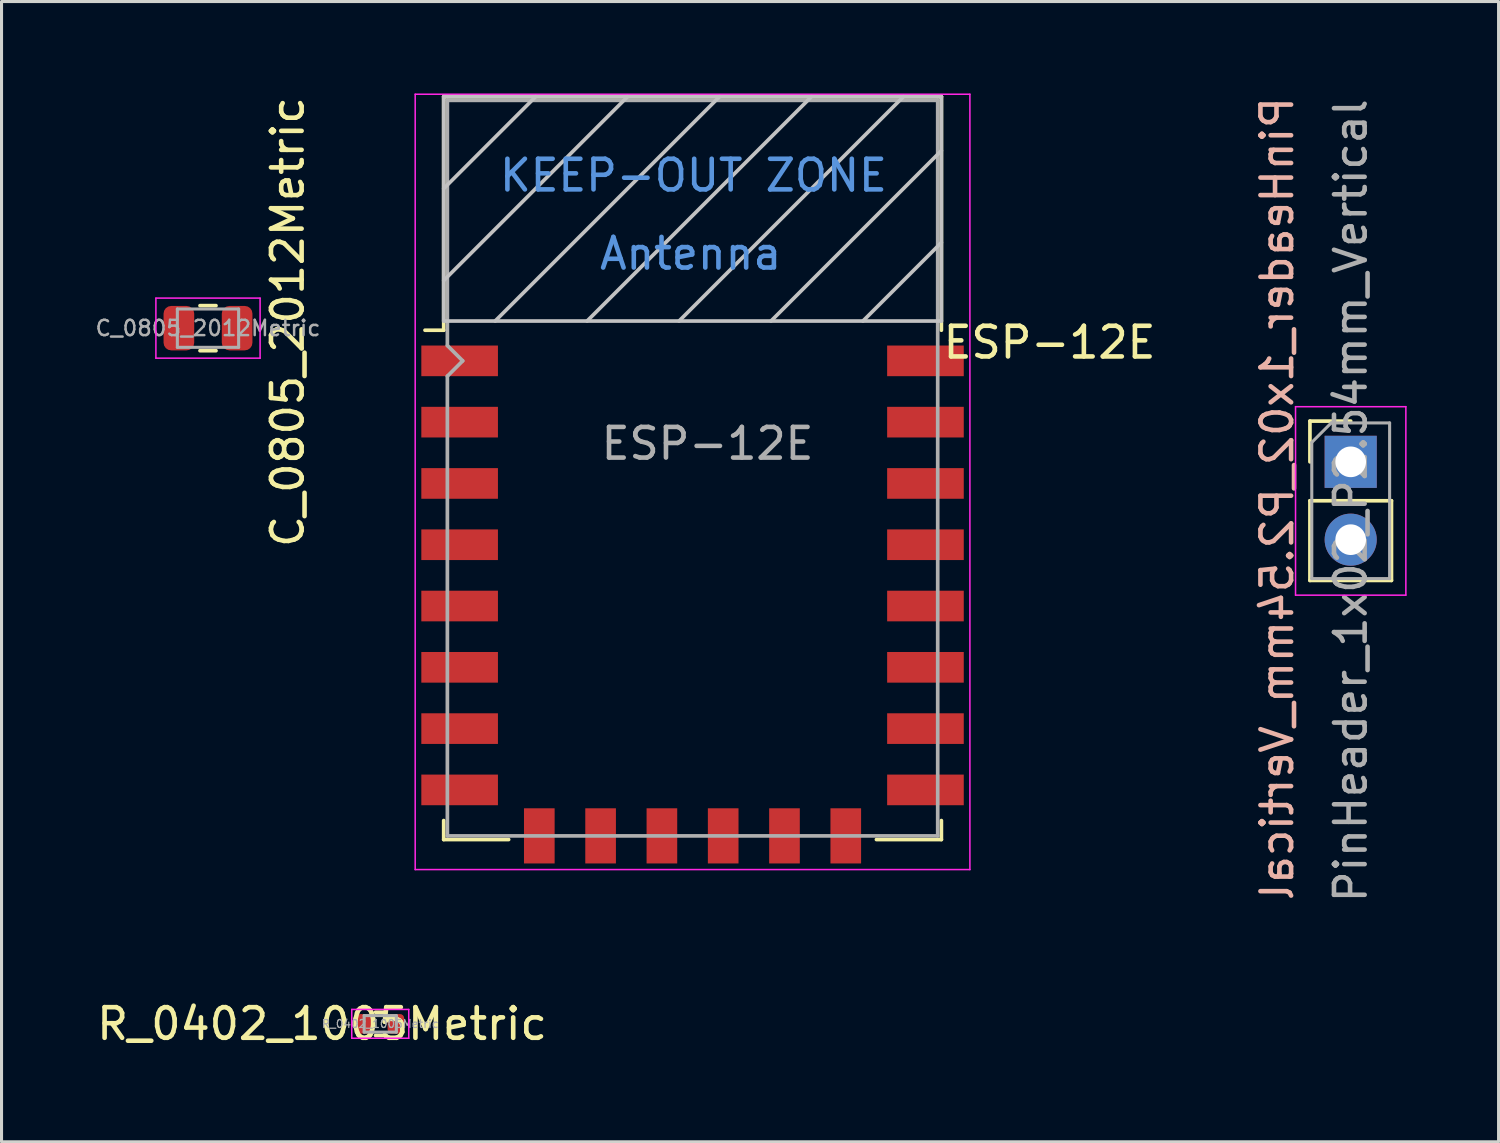
<source format=kicad_pcb>
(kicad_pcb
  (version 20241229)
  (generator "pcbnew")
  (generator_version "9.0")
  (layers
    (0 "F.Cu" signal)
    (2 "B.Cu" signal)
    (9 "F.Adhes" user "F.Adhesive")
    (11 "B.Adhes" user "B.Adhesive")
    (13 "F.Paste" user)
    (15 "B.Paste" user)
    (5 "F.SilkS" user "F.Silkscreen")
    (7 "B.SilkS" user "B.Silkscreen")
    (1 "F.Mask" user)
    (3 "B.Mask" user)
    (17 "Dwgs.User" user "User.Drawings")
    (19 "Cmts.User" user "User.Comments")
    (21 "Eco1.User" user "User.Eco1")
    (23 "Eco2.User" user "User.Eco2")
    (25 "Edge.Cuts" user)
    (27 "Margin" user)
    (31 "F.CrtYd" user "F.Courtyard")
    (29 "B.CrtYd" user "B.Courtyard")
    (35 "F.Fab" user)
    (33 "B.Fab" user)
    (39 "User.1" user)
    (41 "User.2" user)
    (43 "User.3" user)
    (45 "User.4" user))
  (footprint "R_0402_1005Metric"
    (layer "F.Cu")
    (at 9.358 30.359)
    (property "Reference" "R_0402_1005Metric" (at -1.9 0 0) (layer "F.SilkS") (effects (font (size 1 1) (thickness 0.15))))
    (attr smd)
    (fp_line (start -0.154 -0.38) (end 0.154 -0.38) (stroke (width 0.12) (type solid)) (layer "F.SilkS"))
    (fp_line (start -0.154 0.38) (end 0.154 0.38) (stroke (width 0.12) (type solid)) (layer "F.SilkS"))
    (fp_line (start -0.93 -0.47) (end 0.93 -0.47) (stroke (width 0.05) (type solid)) (layer "F.CrtYd"))
    (fp_line (start -0.93 0.47) (end -0.93 -0.47) (stroke (width 0.05) (type solid)) (layer "F.CrtYd"))
    (fp_line (start 0.93 -0.47) (end 0.93 0.47) (stroke (width 0.05) (type solid)) (layer "F.CrtYd"))
    (fp_line (start 0.93 0.47) (end -0.93 0.47) (stroke (width 0.05) (type solid)) (layer "F.CrtYd"))
    (fp_line (start -0.525 -0.27) (end 0.525 -0.27) (stroke (width 0.1) (type solid)) (layer "F.Fab"))
    (fp_line (start -0.525 0.27) (end -0.525 -0.27) (stroke (width 0.1) (type solid)) (layer "F.Fab"))
    (fp_line (start 0.525 -0.27) (end 0.525 0.27) (stroke (width 0.1) (type solid)) (layer "F.Fab"))
    (fp_line (start 0.525 0.27) (end -0.525 0.27) (stroke (width 0.1) (type solid)) (layer "F.Fab"))
    (fp_text user "${REFERENCE}" (at 0 0 0) (layer "F.Fab") (effects (font (size 0.26 0.26) (thickness 0.04))))
    (pad "1" smd roundrect (at -0.51 0) (size 0.54 0.64) (layers "F.Cu" "F.Mask" "F.Paste") (roundrect_rratio 0.25))
    (pad "2" smd roundrect (at 0.51 0) (size 0.54 0.64) (layers "F.Cu" "F.Mask" "F.Paste") (roundrect_rratio 0.25)))
  (footprint "ESP-12E"
    (layer "F.Cu")
    (at 19.548 12.225)
    (property "Reference" "ESP-12E" (at 11.65 -4.1 0) (layer "F.SilkS") (effects (font (size 1 1) (thickness 0.15))))
    (attr smd)
    (fp_line (start -8.12 -12.12) (end 8.12 -12.12) (stroke (width 0.12) (type solid)) (layer "F.SilkS"))
    (fp_line (start -8.12 -4.5) (end -8.73 -4.5) (stroke (width 0.12) (type solid)) (layer "F.SilkS"))
    (fp_line (start -8.12 -4.5) (end -8.12 -12.12) (stroke (width 0.12) (type solid)) (layer "F.SilkS"))
    (fp_line (start -8.12 12.12) (end -8.12 11.5) (stroke (width 0.12) (type solid)) (layer "F.SilkS"))
    (fp_line (start -6 12.12) (end -8.12 12.12) (stroke (width 0.12) (type solid)) (layer "F.SilkS"))
    (fp_line (start 8.12 -12.12) (end 8.12 -4.5) (stroke (width 0.12) (type solid)) (layer "F.SilkS"))
    (fp_line (start 8.12 11.5) (end 8.12 12.12) (stroke (width 0.12) (type solid)) (layer "F.SilkS"))
    (fp_line (start 8.12 12.12) (end 6 12.12) (stroke (width 0.12) (type solid)) (layer "F.SilkS"))
    (fp_line (start -8.12 -12.12) (end 8.12 -12.12) (stroke (width 0.12) (type solid)) (layer "Dwgs.User"))
    (fp_line (start -8.12 -9.12) (end -5.12 -12.12) (stroke (width 0.12) (type solid)) (layer "Dwgs.User"))
    (fp_line (start -8.12 -6.12) (end -2.12 -12.12) (stroke (width 0.12) (type solid)) (layer "Dwgs.User"))
    (fp_line (start -8.12 -4.8) (end -8.12 -12.12) (stroke (width 0.12) (type solid)) (layer "Dwgs.User"))
    (fp_line (start -6.44 -4.8) (end 0.88 -12.12) (stroke (width 0.12) (type solid)) (layer "Dwgs.User"))
    (fp_line (start -3.44 -4.8) (end 3.88 -12.12) (stroke (width 0.12) (type solid)) (layer "Dwgs.User"))
    (fp_line (start -0.44 -4.8) (end 6.88 -12.12) (stroke (width 0.12) (type solid)) (layer "Dwgs.User"))
    (fp_line (start 2.56 -4.8) (end 8.12 -10.36) (stroke (width 0.12) (type solid)) (layer "Dwgs.User"))
    (fp_line (start 5.56 -4.8) (end 8.12 -7.36) (stroke (width 0.12) (type solid)) (layer "Dwgs.User"))
    (fp_line (start 8.12 -12.12) (end 8.12 -4.8) (stroke (width 0.12) (type solid)) (layer "Dwgs.User"))
    (fp_line (start 8.12 -4.8) (end -8.12 -4.8) (stroke (width 0.12) (type solid)) (layer "Dwgs.User"))
    (fp_line (start -9.05 -12.2) (end 9.05 -12.2) (stroke (width 0.05) (type solid)) (layer "F.CrtYd"))
    (fp_line (start -9.05 13.1) (end -9.05 -12.2) (stroke (width 0.05) (type solid)) (layer "F.CrtYd"))
    (fp_line (start 9.05 -12.2) (end 9.05 13.1) (stroke (width 0.05) (type solid)) (layer "F.CrtYd"))
    (fp_line (start 9.05 13.1) (end -9.05 13.1) (stroke (width 0.05) (type solid)) (layer "F.CrtYd"))
    (fp_line (start -8 -12) (end 8 -12) (stroke (width 0.12) (type solid)) (layer "F.Fab"))
    (fp_line (start -8 -4) (end -8 -12) (stroke (width 0.12) (type solid)) (layer "F.Fab"))
    (fp_line (start -8 -3) (end -7.5 -3.5) (stroke (width 0.12) (type solid)) (layer "F.Fab"))
    (fp_line (start -8 12) (end -8 -3) (stroke (width 0.12) (type solid)) (layer "F.Fab"))
    (fp_line (start -7.5 -3.5) (end -8 -4) (stroke (width 0.12) (type solid)) (layer "F.Fab"))
    (fp_line (start 8 -12) (end 8 12) (stroke (width 0.12) (type solid)) (layer "F.Fab"))
    (fp_line (start 8 12) (end -8 12) (stroke (width 0.12) (type solid)) (layer "F.Fab"))
    (fp_text user "Antenna" (at -0.06 -7 180) (layer "Cmts.User") (effects (font (size 1 1) (thickness 0.15))))
    (fp_text user "KEEP-OUT ZONE" (at 0.03 -9.55 180) (layer "Cmts.User") (effects (font (size 1 1) (thickness 0.15))))
    (fp_text user "${REFERENCE}" (at 0.49 -0.8 0) (layer "F.Fab") (effects (font (size 1 1) (thickness 0.15))))
    (pad "1" smd rect (at -7.6 -3.5) (size 2.5 1) (layers "F.Cu" "F.Mask" "F.Paste"))
    (pad "2" smd rect (at -7.6 -1.5) (size 2.5 1) (layers "F.Cu" "F.Mask" "F.Paste"))
    (pad "3" smd rect (at -7.6 0.5) (size 2.5 1) (layers "F.Cu" "F.Mask" "F.Paste"))
    (pad "4" smd rect (at -7.6 2.5) (size 2.5 1) (layers "F.Cu" "F.Mask" "F.Paste"))
    (pad "5" smd rect (at -7.6 4.5) (size 2.5 1) (layers "F.Cu" "F.Mask" "F.Paste"))
    (pad "6" smd rect (at -7.6 6.5) (size 2.5 1) (layers "F.Cu" "F.Mask" "F.Paste"))
    (pad "7" smd rect (at -7.6 8.5) (size 2.5 1) (layers "F.Cu" "F.Mask" "F.Paste"))
    (pad "8" smd rect (at -7.6 10.5) (size 2.5 1) (layers "F.Cu" "F.Mask" "F.Paste"))
    (pad "9" smd rect (at -5 12) (size 1 1.8) (layers "F.Cu" "F.Mask" "F.Paste"))
    (pad "10" smd rect (at -3 12) (size 1 1.8) (layers "F.Cu" "F.Mask" "F.Paste"))
    (pad "11" smd rect (at -1 12) (size 1 1.8) (layers "F.Cu" "F.Mask" "F.Paste"))
    (pad "12" smd rect (at 1 12) (size 1 1.8) (layers "F.Cu" "F.Mask" "F.Paste"))
    (pad "13" smd rect (at 3 12) (size 1 1.8) (layers "F.Cu" "F.Mask" "F.Paste"))
    (pad "14" smd rect (at 5 12) (size 1 1.8) (layers "F.Cu" "F.Mask" "F.Paste"))
    (pad "15" smd rect (at 7.6 10.5) (size 2.5 1) (layers "F.Cu" "F.Mask" "F.Paste"))
    (pad "16" smd rect (at 7.6 8.5) (size 2.5 1) (layers "F.Cu" "F.Mask" "F.Paste"))
    (pad "17" smd rect (at 7.6 6.5) (size 2.5 1) (layers "F.Cu" "F.Mask" "F.Paste"))
    (pad "18" smd rect (at 7.6 4.5) (size 2.5 1) (layers "F.Cu" "F.Mask" "F.Paste"))
    (pad "19" smd rect (at 7.6 2.5) (size 2.5 1) (layers "F.Cu" "F.Mask" "F.Paste"))
    (pad "20" smd rect (at 7.6 0.5) (size 2.5 1) (layers "F.Cu" "F.Mask" "F.Paste"))
    (pad "21" smd rect (at 7.6 -1.5) (size 2.5 1) (layers "F.Cu" "F.Mask" "F.Paste"))
    (pad "22" smd rect (at 7.6 -3.5) (size 2.5 1) (layers "F.Cu" "F.Mask" "F.Paste")))
  (footprint "PinHeader_1x02_P2.54mm_Vertical"
    (layer "F.Cu")
    (at 41.024 12.02)
    (property "Reference" "PinHeader_1x02_P2.54mm_Vertical" (at -2.4 1.2 90) (layer "B.SilkS") (effects (font (size 1 1) (thickness 0.15)) (justify mirror)))
    (attr through_hole)
    (fp_line (start -1.33 -1.33) (end 0 -1.33) (stroke (width 0.12) (type solid)) (layer "F.SilkS"))
    (fp_line (start -1.33 0) (end -1.33 -1.33) (stroke (width 0.12) (type solid)) (layer "F.SilkS"))
    (fp_line (start -1.33 1.27) (end -1.33 3.87) (stroke (width 0.12) (type solid)) (layer "F.SilkS"))
    (fp_line (start -1.33 1.27) (end 1.33 1.27) (stroke (width 0.12) (type solid)) (layer "F.SilkS"))
    (fp_line (start -1.33 3.87) (end 1.33 3.87) (stroke (width 0.12) (type solid)) (layer "F.SilkS"))
    (fp_line (start 1.33 1.27) (end 1.33 3.87) (stroke (width 0.12) (type solid)) (layer "F.SilkS"))
    (fp_line (start -1.8 -1.8) (end -1.8 4.35) (stroke (width 0.05) (type solid)) (layer "F.CrtYd"))
    (fp_line (start -1.8 4.35) (end 1.8 4.35) (stroke (width 0.05) (type solid)) (layer "F.CrtYd"))
    (fp_line (start 1.8 -1.8) (end -1.8 -1.8) (stroke (width 0.05) (type solid)) (layer "F.CrtYd"))
    (fp_line (start 1.8 4.35) (end 1.8 -1.8) (stroke (width 0.05) (type solid)) (layer "F.CrtYd"))
    (fp_line (start -1.27 -0.635) (end -0.635 -1.27) (stroke (width 0.1) (type solid)) (layer "F.Fab"))
    (fp_line (start -1.27 3.81) (end -1.27 -0.635) (stroke (width 0.1) (type solid)) (layer "F.Fab"))
    (fp_line (start -0.635 -1.27) (end 1.27 -1.27) (stroke (width 0.1) (type solid)) (layer "F.Fab"))
    (fp_line (start 1.27 -1.27) (end 1.27 3.81) (stroke (width 0.1) (type solid)) (layer "F.Fab"))
    (fp_line (start 1.27 3.81) (end -1.27 3.81) (stroke (width 0.1) (type solid)) (layer "F.Fab"))
    (fp_text user "${REFERENCE}" (at 0 1.27 90) (layer "F.Fab") (effects (font (size 1 1) (thickness 0.15))))
    (pad "1" thru_hole rect (at 0 0) (size 1.7 1.7) (drill 1) (layers "*.Cu" "*.Mask"))
    (pad "2" thru_hole oval (at 0 2.54) (size 1.7 1.7) (drill 1) (layers "*.Cu" "*.Mask")))
  (footprint "C_0805_2012Metric"
    (layer "F.Cu")
    (at 3.737 7.658)
    (property "Reference" "C_0805_2012Metric" (at 2.6 -0.2 90) (layer "F.SilkS") (effects (font (size 1 1) (thickness 0.15))))
    (attr smd)
    (fp_line (start -0.261 -0.735) (end 0.261 -0.735) (stroke (width 0.12) (type solid)) (layer "F.SilkS"))
    (fp_line (start -0.261 0.735) (end 0.261 0.735) (stroke (width 0.12) (type solid)) (layer "F.SilkS"))
    (fp_line (start -1.7 -0.98) (end 1.7 -0.98) (stroke (width 0.05) (type solid)) (layer "F.CrtYd"))
    (fp_line (start -1.7 0.98) (end -1.7 -0.98) (stroke (width 0.05) (type solid)) (layer "F.CrtYd"))
    (fp_line (start 1.7 -0.98) (end 1.7 0.98) (stroke (width 0.05) (type solid)) (layer "F.CrtYd"))
    (fp_line (start 1.7 0.98) (end -1.7 0.98) (stroke (width 0.05) (type solid)) (layer "F.CrtYd"))
    (fp_line (start -1 -0.625) (end 1 -0.625) (stroke (width 0.1) (type solid)) (layer "F.Fab"))
    (fp_line (start -1 0.625) (end -1 -0.625) (stroke (width 0.1) (type solid)) (layer "F.Fab"))
    (fp_line (start 1 -0.625) (end 1 0.625) (stroke (width 0.1) (type solid)) (layer "F.Fab"))
    (fp_line (start 1 0.625) (end -1 0.625) (stroke (width 0.1) (type solid)) (layer "F.Fab"))
    (fp_text user "${REFERENCE}" (at 0 0 0) (layer "F.Fab") (effects (font (size 0.5 0.5) (thickness 0.08))))
    (pad "1" smd roundrect (at -0.95 0) (size 1 1.45) (layers "F.Cu" "F.Mask" "F.Paste") (roundrect_rratio 0.25))
    (pad "2" smd roundrect (at 0.95 0) (size 1 1.45) (layers "F.Cu" "F.Mask" "F.Paste") (roundrect_rratio 0.25)))
  (gr_rect
    (start -3 -3)
    (end 45.849 34.207)
    (stroke (width 0.1) (type default))
    (fill no)
    (layer "Edge.Cuts")))
</source>
